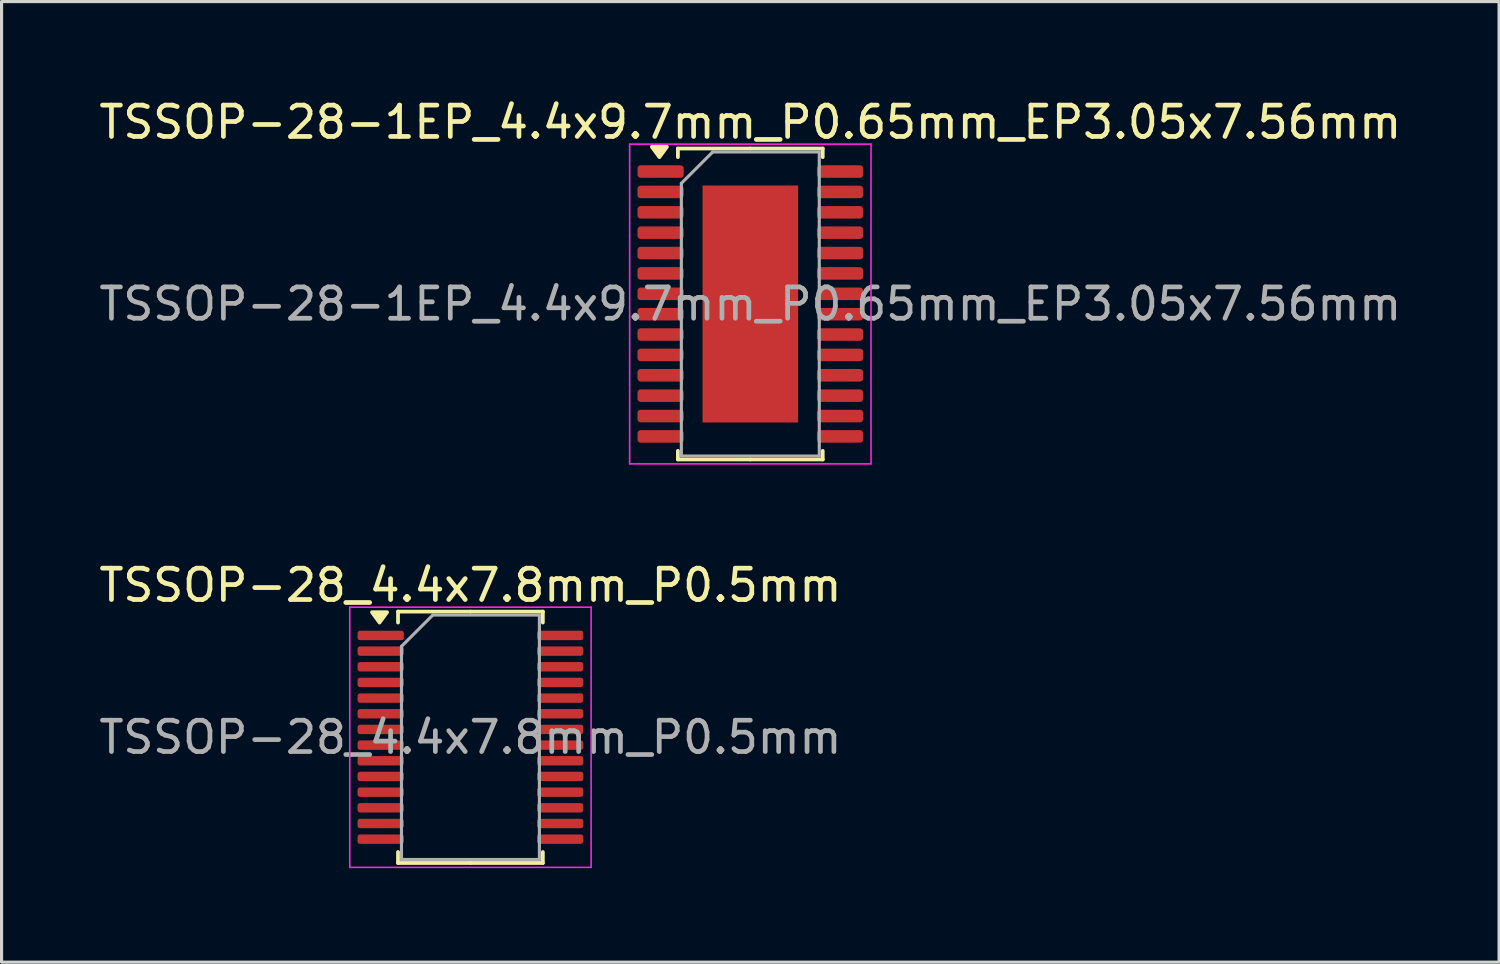
<source format=kicad_pcb>
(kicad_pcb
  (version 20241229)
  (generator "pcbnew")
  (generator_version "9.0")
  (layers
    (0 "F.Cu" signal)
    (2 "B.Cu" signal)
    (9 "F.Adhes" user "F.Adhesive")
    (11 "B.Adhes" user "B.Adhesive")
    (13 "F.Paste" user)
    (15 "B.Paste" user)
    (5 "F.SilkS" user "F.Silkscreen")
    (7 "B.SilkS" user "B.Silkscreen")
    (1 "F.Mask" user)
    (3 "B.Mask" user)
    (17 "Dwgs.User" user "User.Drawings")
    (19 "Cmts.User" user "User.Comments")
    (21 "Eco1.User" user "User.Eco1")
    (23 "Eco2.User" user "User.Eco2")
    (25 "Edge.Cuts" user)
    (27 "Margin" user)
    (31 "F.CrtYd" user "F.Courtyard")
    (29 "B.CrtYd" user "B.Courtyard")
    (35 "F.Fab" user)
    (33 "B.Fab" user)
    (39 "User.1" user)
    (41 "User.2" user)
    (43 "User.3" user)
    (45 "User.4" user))
  (footprint "TSSOP-28-1EP_4.4x9.7mm_P0.65mm_EP3.05x7.56mm"
    (layer "F.Cu")
    (at 20.887 6.648)
    (property "Reference" "TSSOP-28-1EP_4.4x9.7mm_P0.65mm_EP3.05x7.56mm" (at 0 -5.8 0) (layer "F.SilkS") (effects (font (size 1 1) (thickness 0.15))))
    (attr smd)
    (fp_line (start -2.31 -4.96) (end -2.31 -4.685) (stroke (width 0.12) (type solid)) (layer "F.SilkS"))
    (fp_line (start -2.31 4.96) (end -2.31 4.685) (stroke (width 0.12) (type solid)) (layer "F.SilkS"))
    (fp_line (start 0 -4.96) (end -2.31 -4.96) (stroke (width 0.12) (type solid)) (layer "F.SilkS"))
    (fp_line (start 0 -4.96) (end 2.31 -4.96) (stroke (width 0.12) (type solid)) (layer "F.SilkS"))
    (fp_line (start 0 4.96) (end -2.31 4.96) (stroke (width 0.12) (type solid)) (layer "F.SilkS"))
    (fp_line (start 0 4.96) (end 2.31 4.96) (stroke (width 0.12) (type solid)) (layer "F.SilkS"))
    (fp_line (start 2.31 -4.96) (end 2.31 -4.685) (stroke (width 0.12) (type solid)) (layer "F.SilkS"))
    (fp_line (start 2.31 4.96) (end 2.31 4.685) (stroke (width 0.12) (type solid)) (layer "F.SilkS"))
    (fp_poly (pts (xy -2.9 -4.685) (xy -3.14 -5.015) (xy -2.66 -5.015) (xy -2.9 -4.685)) (stroke (width 0.12) (type solid)) (fill yes) (layer "F.SilkS"))
    (fp_line (start -3.85 -5.1) (end -3.85 5.1) (stroke (width 0.05) (type solid)) (layer "F.CrtYd"))
    (fp_line (start -3.85 5.1) (end 3.85 5.1) (stroke (width 0.05) (type solid)) (layer "F.CrtYd"))
    (fp_line (start 3.85 -5.1) (end -3.85 -5.1) (stroke (width 0.05) (type solid)) (layer "F.CrtYd"))
    (fp_line (start 3.85 5.1) (end 3.85 -5.1) (stroke (width 0.05) (type solid)) (layer "F.CrtYd"))
    (fp_line (start -2.2 -3.85) (end -1.2 -4.85) (stroke (width 0.1) (type solid)) (layer "F.Fab"))
    (fp_line (start -2.2 4.85) (end -2.2 -3.85) (stroke (width 0.1) (type solid)) (layer "F.Fab"))
    (fp_line (start -1.2 -4.85) (end 2.2 -4.85) (stroke (width 0.1) (type solid)) (layer "F.Fab"))
    (fp_line (start 2.2 -4.85) (end 2.2 4.85) (stroke (width 0.1) (type solid)) (layer "F.Fab"))
    (fp_line (start 2.2 4.85) (end -2.2 4.85) (stroke (width 0.1) (type solid)) (layer "F.Fab"))
    (fp_text user "${REFERENCE}" (at 0 0 0) (layer "F.Fab") (effects (font (size 1 1) (thickness 0.15))))
    (pad "" smd roundrect (at -0.76 -2.835) (size 1.23 1.52) (layers "F.Paste") (roundrect_rratio 0.203))
    (pad "" smd roundrect (at -0.76 -0.945) (size 1.23 1.52) (layers "F.Paste") (roundrect_rratio 0.203))
    (pad "" smd roundrect (at -0.76 0.945) (size 1.23 1.52) (layers "F.Paste") (roundrect_rratio 0.203))
    (pad "" smd roundrect (at -0.76 2.835) (size 1.23 1.52) (layers "F.Paste") (roundrect_rratio 0.203))
    (pad "" smd roundrect (at 0.76 -2.835) (size 1.23 1.52) (layers "F.Paste") (roundrect_rratio 0.203))
    (pad "" smd roundrect (at 0.76 -0.945) (size 1.23 1.52) (layers "F.Paste") (roundrect_rratio 0.203))
    (pad "" smd roundrect (at 0.76 0.945) (size 1.23 1.52) (layers "F.Paste") (roundrect_rratio 0.203))
    (pad "" smd roundrect (at 0.76 2.835) (size 1.23 1.52) (layers "F.Paste") (roundrect_rratio 0.203))
    (pad "1" smd roundrect (at -2.862 -4.225) (size 1.475 0.4) (layers "F.Cu" "F.Mask" "F.Paste") (roundrect_rratio 0.25))
    (pad "2" smd roundrect (at -2.862 -3.575) (size 1.475 0.4) (layers "F.Cu" "F.Mask" "F.Paste") (roundrect_rratio 0.25))
    (pad "3" smd roundrect (at -2.862 -2.925) (size 1.475 0.4) (layers "F.Cu" "F.Mask" "F.Paste") (roundrect_rratio 0.25))
    (pad "4" smd roundrect (at -2.862 -2.275) (size 1.475 0.4) (layers "F.Cu" "F.Mask" "F.Paste") (roundrect_rratio 0.25))
    (pad "5" smd roundrect (at -2.862 -1.625) (size 1.475 0.4) (layers "F.Cu" "F.Mask" "F.Paste") (roundrect_rratio 0.25))
    (pad "6" smd roundrect (at -2.862 -0.975) (size 1.475 0.4) (layers "F.Cu" "F.Mask" "F.Paste") (roundrect_rratio 0.25))
    (pad "7" smd roundrect (at -2.862 -0.325) (size 1.475 0.4) (layers "F.Cu" "F.Mask" "F.Paste") (roundrect_rratio 0.25))
    (pad "8" smd roundrect (at -2.862 0.325) (size 1.475 0.4) (layers "F.Cu" "F.Mask" "F.Paste") (roundrect_rratio 0.25))
    (pad "9" smd roundrect (at -2.862 0.975) (size 1.475 0.4) (layers "F.Cu" "F.Mask" "F.Paste") (roundrect_rratio 0.25))
    (pad "10" smd roundrect (at -2.862 1.625) (size 1.475 0.4) (layers "F.Cu" "F.Mask" "F.Paste") (roundrect_rratio 0.25))
    (pad "11" smd roundrect (at -2.862 2.275) (size 1.475 0.4) (layers "F.Cu" "F.Mask" "F.Paste") (roundrect_rratio 0.25))
    (pad "12" smd roundrect (at -2.862 2.925) (size 1.475 0.4) (layers "F.Cu" "F.Mask" "F.Paste") (roundrect_rratio 0.25))
    (pad "13" smd roundrect (at -2.862 3.575) (size 1.475 0.4) (layers "F.Cu" "F.Mask" "F.Paste") (roundrect_rratio 0.25))
    (pad "14" smd roundrect (at -2.862 4.225) (size 1.475 0.4) (layers "F.Cu" "F.Mask" "F.Paste") (roundrect_rratio 0.25))
    (pad "15" smd roundrect (at 2.862 4.225) (size 1.475 0.4) (layers "F.Cu" "F.Mask" "F.Paste") (roundrect_rratio 0.25))
    (pad "16" smd roundrect (at 2.862 3.575) (size 1.475 0.4) (layers "F.Cu" "F.Mask" "F.Paste") (roundrect_rratio 0.25))
    (pad "17" smd roundrect (at 2.862 2.925) (size 1.475 0.4) (layers "F.Cu" "F.Mask" "F.Paste") (roundrect_rratio 0.25))
    (pad "18" smd roundrect (at 2.862 2.275) (size 1.475 0.4) (layers "F.Cu" "F.Mask" "F.Paste") (roundrect_rratio 0.25))
    (pad "19" smd roundrect (at 2.862 1.625) (size 1.475 0.4) (layers "F.Cu" "F.Mask" "F.Paste") (roundrect_rratio 0.25))
    (pad "20" smd roundrect (at 2.862 0.975) (size 1.475 0.4) (layers "F.Cu" "F.Mask" "F.Paste") (roundrect_rratio 0.25))
    (pad "21" smd roundrect (at 2.862 0.325) (size 1.475 0.4) (layers "F.Cu" "F.Mask" "F.Paste") (roundrect_rratio 0.25))
    (pad "22" smd roundrect (at 2.862 -0.325) (size 1.475 0.4) (layers "F.Cu" "F.Mask" "F.Paste") (roundrect_rratio 0.25))
    (pad "23" smd roundrect (at 2.862 -0.975) (size 1.475 0.4) (layers "F.Cu" "F.Mask" "F.Paste") (roundrect_rratio 0.25))
    (pad "24" smd roundrect (at 2.862 -1.625) (size 1.475 0.4) (layers "F.Cu" "F.Mask" "F.Paste") (roundrect_rratio 0.25))
    (pad "25" smd roundrect (at 2.862 -2.275) (size 1.475 0.4) (layers "F.Cu" "F.Mask" "F.Paste") (roundrect_rratio 0.25))
    (pad "26" smd roundrect (at 2.862 -2.925) (size 1.475 0.4) (layers "F.Cu" "F.Mask" "F.Paste") (roundrect_rratio 0.25))
    (pad "27" smd roundrect (at 2.862 -3.575) (size 1.475 0.4) (layers "F.Cu" "F.Mask" "F.Paste") (roundrect_rratio 0.25))
    (pad "28" smd roundrect (at 2.862 -4.225) (size 1.475 0.4) (layers "F.Cu" "F.Mask" "F.Paste") (roundrect_rratio 0.25))
    (pad "29" smd rect (at 0 0) (size 3.05 7.56) (property pad_prop_heatsink) (layers "F.Cu" "F.Mask")))
  (footprint "TSSOP-28_4.4x7.8mm_P0.5mm"
    (layer "F.Cu")
    (at 11.958 20.471)
    (property "Reference" "TSSOP-28_4.4x7.8mm_P0.5mm" (at 0 -4.85 0) (layer "F.SilkS") (effects (font (size 1 1) (thickness 0.15))))
    (attr smd)
    (fp_line (start -2.31 -4.01) (end -2.31 -3.66) (stroke (width 0.12) (type solid)) (layer "F.SilkS"))
    (fp_line (start -2.31 4.01) (end -2.31 3.66) (stroke (width 0.12) (type solid)) (layer "F.SilkS"))
    (fp_line (start 0 -4.01) (end -2.31 -4.01) (stroke (width 0.12) (type solid)) (layer "F.SilkS"))
    (fp_line (start 0 -4.01) (end 2.31 -4.01) (stroke (width 0.12) (type solid)) (layer "F.SilkS"))
    (fp_line (start 0 4.01) (end -2.31 4.01) (stroke (width 0.12) (type solid)) (layer "F.SilkS"))
    (fp_line (start 0 4.01) (end 2.31 4.01) (stroke (width 0.12) (type solid)) (layer "F.SilkS"))
    (fp_line (start 2.31 -4.01) (end 2.31 -3.66) (stroke (width 0.12) (type solid)) (layer "F.SilkS"))
    (fp_line (start 2.31 4.01) (end 2.31 3.66) (stroke (width 0.12) (type solid)) (layer "F.SilkS"))
    (fp_poly (pts (xy -2.9 -3.66) (xy -3.14 -3.99) (xy -2.66 -3.99) (xy -2.9 -3.66)) (stroke (width 0.12) (type solid)) (fill yes) (layer "F.SilkS"))
    (fp_line (start -3.85 -4.15) (end -3.85 4.15) (stroke (width 0.05) (type solid)) (layer "F.CrtYd"))
    (fp_line (start -3.85 4.15) (end 3.85 4.15) (stroke (width 0.05) (type solid)) (layer "F.CrtYd"))
    (fp_line (start 3.85 -4.15) (end -3.85 -4.15) (stroke (width 0.05) (type solid)) (layer "F.CrtYd"))
    (fp_line (start 3.85 4.15) (end 3.85 -4.15) (stroke (width 0.05) (type solid)) (layer "F.CrtYd"))
    (fp_line (start -2.2 -2.9) (end -1.2 -3.9) (stroke (width 0.1) (type solid)) (layer "F.Fab"))
    (fp_line (start -2.2 3.9) (end -2.2 -2.9) (stroke (width 0.1) (type solid)) (layer "F.Fab"))
    (fp_line (start -1.2 -3.9) (end 2.2 -3.9) (stroke (width 0.1) (type solid)) (layer "F.Fab"))
    (fp_line (start 2.2 -3.9) (end 2.2 3.9) (stroke (width 0.1) (type solid)) (layer "F.Fab"))
    (fp_line (start 2.2 3.9) (end -2.2 3.9) (stroke (width 0.1) (type solid)) (layer "F.Fab"))
    (fp_text user "${REFERENCE}" (at 0 0 0) (layer "F.Fab") (effects (font (size 1 1) (thickness 0.15))))
    (pad "1" smd roundrect (at -2.862 -3.25) (size 1.475 0.3) (layers "F.Cu" "F.Mask" "F.Paste") (roundrect_rratio 0.25))
    (pad "2" smd roundrect (at -2.862 -2.75) (size 1.475 0.3) (layers "F.Cu" "F.Mask" "F.Paste") (roundrect_rratio 0.25))
    (pad "3" smd roundrect (at -2.862 -2.25) (size 1.475 0.3) (layers "F.Cu" "F.Mask" "F.Paste") (roundrect_rratio 0.25))
    (pad "4" smd roundrect (at -2.862 -1.75) (size 1.475 0.3) (layers "F.Cu" "F.Mask" "F.Paste") (roundrect_rratio 0.25))
    (pad "5" smd roundrect (at -2.862 -1.25) (size 1.475 0.3) (layers "F.Cu" "F.Mask" "F.Paste") (roundrect_rratio 0.25))
    (pad "6" smd roundrect (at -2.862 -0.75) (size 1.475 0.3) (layers "F.Cu" "F.Mask" "F.Paste") (roundrect_rratio 0.25))
    (pad "7" smd roundrect (at -2.862 -0.25) (size 1.475 0.3) (layers "F.Cu" "F.Mask" "F.Paste") (roundrect_rratio 0.25))
    (pad "8" smd roundrect (at -2.862 0.25) (size 1.475 0.3) (layers "F.Cu" "F.Mask" "F.Paste") (roundrect_rratio 0.25))
    (pad "9" smd roundrect (at -2.862 0.75) (size 1.475 0.3) (layers "F.Cu" "F.Mask" "F.Paste") (roundrect_rratio 0.25))
    (pad "10" smd roundrect (at -2.862 1.25) (size 1.475 0.3) (layers "F.Cu" "F.Mask" "F.Paste") (roundrect_rratio 0.25))
    (pad "11" smd roundrect (at -2.862 1.75) (size 1.475 0.3) (layers "F.Cu" "F.Mask" "F.Paste") (roundrect_rratio 0.25))
    (pad "12" smd roundrect (at -2.862 2.25) (size 1.475 0.3) (layers "F.Cu" "F.Mask" "F.Paste") (roundrect_rratio 0.25))
    (pad "13" smd roundrect (at -2.862 2.75) (size 1.475 0.3) (layers "F.Cu" "F.Mask" "F.Paste") (roundrect_rratio 0.25))
    (pad "14" smd roundrect (at -2.862 3.25) (size 1.475 0.3) (layers "F.Cu" "F.Mask" "F.Paste") (roundrect_rratio 0.25))
    (pad "15" smd roundrect (at 2.862 3.25) (size 1.475 0.3) (layers "F.Cu" "F.Mask" "F.Paste") (roundrect_rratio 0.25))
    (pad "16" smd roundrect (at 2.862 2.75) (size 1.475 0.3) (layers "F.Cu" "F.Mask" "F.Paste") (roundrect_rratio 0.25))
    (pad "17" smd roundrect (at 2.862 2.25) (size 1.475 0.3) (layers "F.Cu" "F.Mask" "F.Paste") (roundrect_rratio 0.25))
    (pad "18" smd roundrect (at 2.862 1.75) (size 1.475 0.3) (layers "F.Cu" "F.Mask" "F.Paste") (roundrect_rratio 0.25))
    (pad "19" smd roundrect (at 2.862 1.25) (size 1.475 0.3) (layers "F.Cu" "F.Mask" "F.Paste") (roundrect_rratio 0.25))
    (pad "20" smd roundrect (at 2.862 0.75) (size 1.475 0.3) (layers "F.Cu" "F.Mask" "F.Paste") (roundrect_rratio 0.25))
    (pad "21" smd roundrect (at 2.862 0.25) (size 1.475 0.3) (layers "F.Cu" "F.Mask" "F.Paste") (roundrect_rratio 0.25))
    (pad "22" smd roundrect (at 2.862 -0.25) (size 1.475 0.3) (layers "F.Cu" "F.Mask" "F.Paste") (roundrect_rratio 0.25))
    (pad "23" smd roundrect (at 2.862 -0.75) (size 1.475 0.3) (layers "F.Cu" "F.Mask" "F.Paste") (roundrect_rratio 0.25))
    (pad "24" smd roundrect (at 2.862 -1.25) (size 1.475 0.3) (layers "F.Cu" "F.Mask" "F.Paste") (roundrect_rratio 0.25))
    (pad "25" smd roundrect (at 2.862 -1.75) (size 1.475 0.3) (layers "F.Cu" "F.Mask" "F.Paste") (roundrect_rratio 0.25))
    (pad "26" smd roundrect (at 2.862 -2.25) (size 1.475 0.3) (layers "F.Cu" "F.Mask" "F.Paste") (roundrect_rratio 0.25))
    (pad "27" smd roundrect (at 2.862 -2.75) (size 1.475 0.3) (layers "F.Cu" "F.Mask" "F.Paste") (roundrect_rratio 0.25))
    (pad "28" smd roundrect (at 2.862 -3.25) (size 1.475 0.3) (layers "F.Cu" "F.Mask" "F.Paste") (roundrect_rratio 0.25)))
  (gr_rect
    (start -3 -3)
    (end 44.774 27.646)
    (stroke (width 0.1) (type default))
    (fill no)
    (layer "Edge.Cuts")))
</source>
